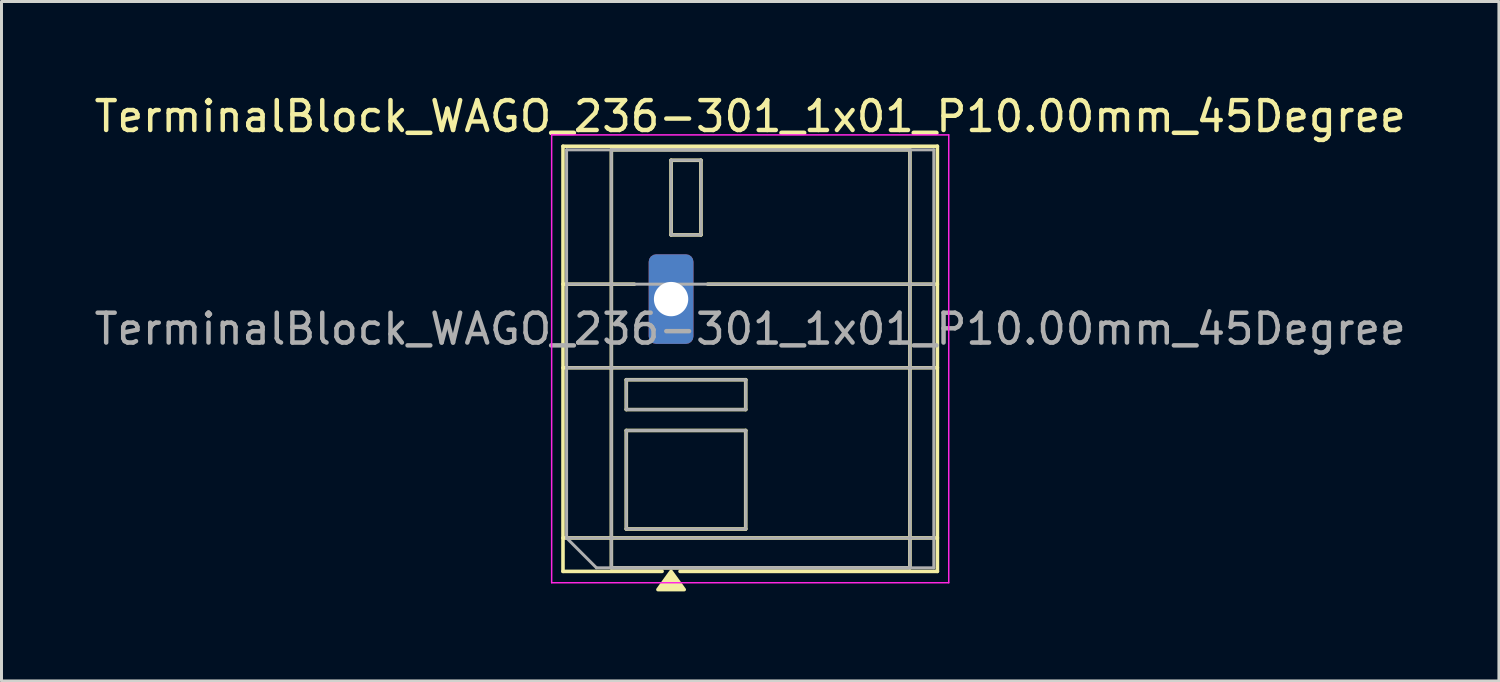
<source format=kicad_pcb>
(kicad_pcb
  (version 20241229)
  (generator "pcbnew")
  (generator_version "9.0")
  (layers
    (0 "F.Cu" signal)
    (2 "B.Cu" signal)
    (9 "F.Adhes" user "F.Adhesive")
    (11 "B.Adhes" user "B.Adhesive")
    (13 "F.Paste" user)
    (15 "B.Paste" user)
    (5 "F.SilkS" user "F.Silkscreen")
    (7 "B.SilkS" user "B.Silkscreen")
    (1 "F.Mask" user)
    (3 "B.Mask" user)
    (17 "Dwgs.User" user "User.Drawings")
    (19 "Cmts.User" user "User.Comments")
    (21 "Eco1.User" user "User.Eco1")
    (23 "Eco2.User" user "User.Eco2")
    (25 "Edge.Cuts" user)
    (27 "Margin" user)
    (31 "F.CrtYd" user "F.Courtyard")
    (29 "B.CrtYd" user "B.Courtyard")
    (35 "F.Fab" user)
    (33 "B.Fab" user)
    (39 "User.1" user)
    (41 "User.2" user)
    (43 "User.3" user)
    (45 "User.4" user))
  (footprint "TerminalBlock_WAGO_236-301_1x01_P10.00mm_45Degree"
    (layer "F.Cu")
    (at 19.427 6.968)
    (property "Reference" "TerminalBlock_WAGO_236-301_1x01_P10.00mm_45Degree" (at 2.65 -6.12 0) (layer "F.SilkS") (effects (font (size 1 1) (thickness 0.15))))
    (attr through_hole)
    (fp_line (start -3.62 -5.12) (end 8.92 -5.12) (stroke (width 0.12) (type solid)) (layer "F.SilkS"))
    (fp_line (start -3.62 -0.5) (end -1.23 -0.5) (stroke (width 0.12) (type solid)) (layer "F.SilkS"))
    (fp_line (start -3.62 2.3) (end 8.92 2.3) (stroke (width 0.12) (type solid)) (layer "F.SilkS"))
    (fp_line (start -3.62 8) (end 8.92 8) (stroke (width 0.12) (type solid)) (layer "F.SilkS"))
    (fp_line (start -3.62 9.12) (end -3.62 -5.12) (stroke (width 0.12) (type solid)) (layer "F.SilkS"))
    (fp_line (start -2 -5) (end 8 -5) (stroke (width 0.12) (type solid)) (layer "F.SilkS"))
    (fp_line (start -2 9) (end -2 -5) (stroke (width 0.12) (type solid)) (layer "F.SilkS"))
    (fp_line (start -1.5 2.7) (end 2.5 2.7) (stroke (width 0.12) (type solid)) (layer "F.SilkS"))
    (fp_line (start -1.5 3.7) (end -1.5 2.7) (stroke (width 0.12) (type solid)) (layer "F.SilkS"))
    (fp_line (start -1.5 4.4) (end 2.5 4.4) (stroke (width 0.12) (type solid)) (layer "F.SilkS"))
    (fp_line (start -1.5 7.7) (end -1.5 4.4) (stroke (width 0.12) (type solid)) (layer "F.SilkS"))
    (fp_line (start -0.3 9.12) (end -3.62 9.12) (stroke (width 0.12) (type solid)) (layer "F.SilkS"))
    (fp_line (start 0 -4.65) (end 1 -4.65) (stroke (width 0.12) (type solid)) (layer "F.SilkS"))
    (fp_line (start 0 -2.15) (end 0 -4.65) (stroke (width 0.12) (type solid)) (layer "F.SilkS"))
    (fp_line (start 1 -4.65) (end 1 -2.15) (stroke (width 0.12) (type solid)) (layer "F.SilkS"))
    (fp_line (start 1 -2.15) (end 0 -2.15) (stroke (width 0.12) (type solid)) (layer "F.SilkS"))
    (fp_line (start 1.23 -0.5) (end 8.92 -0.5) (stroke (width 0.12) (type solid)) (layer "F.SilkS"))
    (fp_line (start 2.5 2.7) (end 2.5 3.7) (stroke (width 0.12) (type solid)) (layer "F.SilkS"))
    (fp_line (start 2.5 3.7) (end -1.5 3.7) (stroke (width 0.12) (type solid)) (layer "F.SilkS"))
    (fp_line (start 2.5 4.4) (end 2.5 7.7) (stroke (width 0.12) (type solid)) (layer "F.SilkS"))
    (fp_line (start 2.5 7.7) (end -1.5 7.7) (stroke (width 0.12) (type solid)) (layer "F.SilkS"))
    (fp_line (start 8 -5) (end 8 9) (stroke (width 0.12) (type solid)) (layer "F.SilkS"))
    (fp_line (start 8 9) (end -2 9) (stroke (width 0.12) (type solid)) (layer "F.SilkS"))
    (fp_line (start 8.92 -5.12) (end 8.92 9.12) (stroke (width 0.12) (type solid)) (layer "F.SilkS"))
    (fp_line (start 8.92 9.12) (end 0.3 9.12) (stroke (width 0.12) (type solid)) (layer "F.SilkS"))
    (fp_poly (pts (xy 0 9.12) (xy 0.44 9.73) (xy -0.44 9.73)) (stroke (width 0.12) (type solid)) (fill yes) (layer "F.SilkS"))
    (fp_line (start -4 -5.5) (end -4 9.5) (stroke (width 0.05) (type solid)) (layer "F.CrtYd"))
    (fp_line (start -4 9.5) (end 9.3 9.5) (stroke (width 0.05) (type solid)) (layer "F.CrtYd"))
    (fp_line (start 9.3 -5.5) (end -4 -5.5) (stroke (width 0.05) (type solid)) (layer "F.CrtYd"))
    (fp_line (start 9.3 9.5) (end 9.3 -5.5) (stroke (width 0.05) (type solid)) (layer "F.CrtYd"))
    (fp_line (start -3.5 -5) (end 8.8 -5) (stroke (width 0.1) (type solid)) (layer "F.Fab"))
    (fp_line (start -3.5 -0.5) (end 8.8 -0.5) (stroke (width 0.1) (type solid)) (layer "F.Fab"))
    (fp_line (start -3.5 2.3) (end 8.8 2.3) (stroke (width 0.1) (type solid)) (layer "F.Fab"))
    (fp_line (start -3.5 8) (end -3.5 -5) (stroke (width 0.1) (type solid)) (layer "F.Fab"))
    (fp_line (start -3.5 8) (end 8.8 8) (stroke (width 0.1) (type solid)) (layer "F.Fab"))
    (fp_line (start -2.5 9) (end -3.5 8) (stroke (width 0.1) (type solid)) (layer "F.Fab"))
    (fp_line (start -2 -5) (end -2 9) (stroke (width 0.1) (type solid)) (layer "F.Fab"))
    (fp_line (start -2 9) (end 8 9) (stroke (width 0.1) (type solid)) (layer "F.Fab"))
    (fp_line (start -1.5 2.7) (end -1.5 3.7) (stroke (width 0.1) (type solid)) (layer "F.Fab"))
    (fp_line (start -1.5 3.7) (end 2.5 3.7) (stroke (width 0.1) (type solid)) (layer "F.Fab"))
    (fp_line (start -1.5 4.4) (end -1.5 7.7) (stroke (width 0.1) (type solid)) (layer "F.Fab"))
    (fp_line (start -1.5 7.7) (end 2.5 7.7) (stroke (width 0.1) (type solid)) (layer "F.Fab"))
    (fp_line (start 0 -4.65) (end 0 -2.15) (stroke (width 0.1) (type solid)) (layer "F.Fab"))
    (fp_line (start 0 -2.15) (end 1 -2.15) (stroke (width 0.1) (type solid)) (layer "F.Fab"))
    (fp_line (start 1 -4.65) (end 0 -4.65) (stroke (width 0.1) (type solid)) (layer "F.Fab"))
    (fp_line (start 1 -2.15) (end 1 -4.65) (stroke (width 0.1) (type solid)) (layer "F.Fab"))
    (fp_line (start 2.5 2.7) (end -1.5 2.7) (stroke (width 0.1) (type solid)) (layer "F.Fab"))
    (fp_line (start 2.5 3.7) (end 2.5 2.7) (stroke (width 0.1) (type solid)) (layer "F.Fab"))
    (fp_line (start 2.5 4.4) (end -1.5 4.4) (stroke (width 0.1) (type solid)) (layer "F.Fab"))
    (fp_line (start 2.5 7.7) (end 2.5 4.4) (stroke (width 0.1) (type solid)) (layer "F.Fab"))
    (fp_line (start 8 -5) (end -2 -5) (stroke (width 0.1) (type solid)) (layer "F.Fab"))
    (fp_line (start 8 9) (end 8 -5) (stroke (width 0.1) (type solid)) (layer "F.Fab"))
    (fp_line (start 8.8 -5) (end 8.8 9) (stroke (width 0.1) (type solid)) (layer "F.Fab"))
    (fp_line (start 8.8 9) (end -2.5 9) (stroke (width 0.1) (type solid)) (layer "F.Fab"))
    (fp_text user "${REFERENCE}" (at 2.65 1 0) (layer "F.Fab") (effects (font (size 1 1) (thickness 0.15))))
    (pad "1" thru_hole roundrect (at 0 0) (size 1.5 3) (drill 1.15) (layers "*.Cu" "*.Mask") (roundrect_rratio 0.167)))
  (gr_rect
    (start -3 -3)
    (end 47.155 19.758)
    (stroke (width 0.1) (type default))
    (fill no)
    (layer "Edge.Cuts")))
</source>
